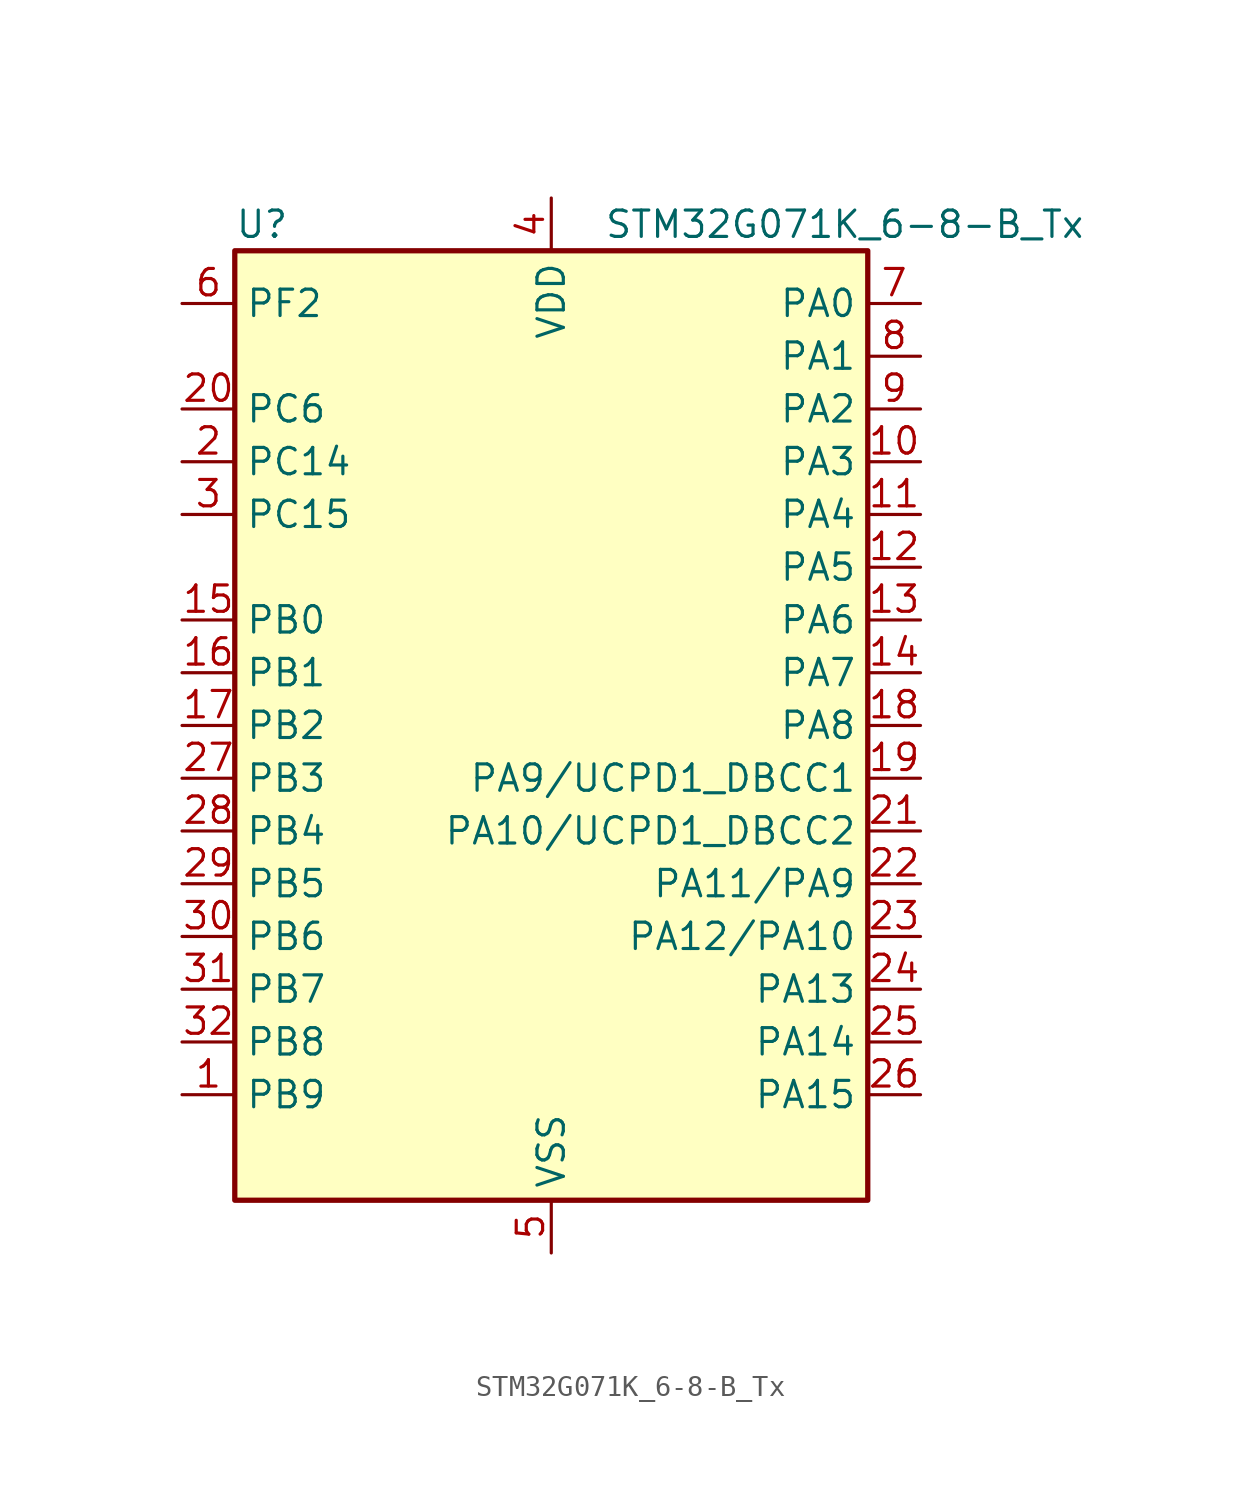
<source format=kicad_sym>
(kicad_symbol_lib
  (version 20211014)
  (generator kicad-library-utils)
  (symbol "STM32G071K_6-8-B_Tx"
    (property "Reference" "U"
      (at -15.24 24.13 0)
      (effects (font (size 1.27 1.27)) (justify left)))
    (property "Value" "STM32G071K_6-8-B_Tx"
      (at 2.54 24.13 0)
      (effects (font (size 1.27 1.27)) (justify left)))
    (property "ki_fp_filters" "LQFP*7x7mm*P0.8mm*"
      (at 0.0 0.0 0.0)
      (effects (font (size 1.27 1.27))))
    (symbol "STM32G071K_6-8-B_Tx_0_1"
      (rectangle (start -15.24 -22.86) (end 15.24 22.86) (stroke (width 0.254)) (fill (type background))))
    (symbol "STM32G071K_6-8-B_Tx_1_1"
      (pin bidirectional line (at -17.78 20.32 0) (length 2.54) (name "PF2" (effects (font (size 1.27 1.27)))) (number "6" (effects (font (size 1.27 1.27)))) (alternate "RCC_MCO" bidirectional line))
      (pin bidirectional line (at -17.78 15.24 0) (length 2.54) (name "PC6" (effects (font (size 1.27 1.27)))) (number "20" (effects (font (size 1.27 1.27)))) (alternate "TIM2_CH3" bidirectional line) (alternate "TIM3_CH1" bidirectional line) (alternate "UCPD1_FRSTX1" bidirectional line) (alternate "UCPD1_FRSTX2" bidirectional line))
      (pin bidirectional line (at -17.78 12.7 0) (length 2.54) (name "PC14" (effects (font (size 1.27 1.27)))) (number "2" (effects (font (size 1.27 1.27)))) (alternate "RCC_OSC32_IN" bidirectional line) (alternate "RCC_OSC_IN" bidirectional line) (alternate "TIM1_BK2" bidirectional line))
      (pin bidirectional line (at -17.78 10.16 0) (length 2.54) (name "PC15" (effects (font (size 1.27 1.27)))) (number "3" (effects (font (size 1.27 1.27)))) (alternate "RCC_OSC32_EN" bidirectional line) (alternate "RCC_OSC32_OUT" bidirectional line) (alternate "RCC_OSC_EN" bidirectional line) (alternate "TIM15_BK" bidirectional line))
      (pin bidirectional line (at -17.78 5.08 0) (length 2.54) (name "PB0" (effects (font (size 1.27 1.27)))) (number "15" (effects (font (size 1.27 1.27)))) (alternate "ADC1_IN8" bidirectional line) (alternate "COMP1_OUT" bidirectional line) (alternate "I2S1_WS" bidirectional line) (alternate "LPTIM1_OUT" bidirectional line) (alternate "SPI1_NSS" bidirectional line) (alternate "TIM1_CH2N" bidirectional line) (alternate "TIM3_CH3" bidirectional line) (alternate "UCPD1_FRSTX1" bidirectional line) (alternate "UCPD1_FRSTX2" bidirectional line) (alternate "USART3_RX" bidirectional line))
      (pin bidirectional line (at -17.78 2.54 0) (length 2.54) (name "PB1" (effects (font (size 1.27 1.27)))) (number "16" (effects (font (size 1.27 1.27)))) (alternate "ADC1_IN9" bidirectional line) (alternate "COMP1_INM" bidirectional line) (alternate "LPTIM2_IN1" bidirectional line) (alternate "LPUART1_DE" bidirectional line) (alternate "LPUART1_RTS" bidirectional line) (alternate "TIM14_CH1" bidirectional line) (alternate "TIM1_CH3N" bidirectional line) (alternate "TIM3_CH4" bidirectional line) (alternate "USART3_CK" bidirectional line) (alternate "USART3_DE" bidirectional line) (alternate "USART3_RTS" bidirectional line))
      (pin bidirectional line (at -17.78 0.0 0) (length 2.54) (name "PB2" (effects (font (size 1.27 1.27)))) (number "17" (effects (font (size 1.27 1.27)))) (alternate "ADC1_IN10" bidirectional line) (alternate "COMP1_INP" bidirectional line) (alternate "LPTIM1_OUT" bidirectional line) (alternate "SPI2_MISO" bidirectional line) (alternate "USART3_TX" bidirectional line))
      (pin bidirectional line (at -17.78 -2.54 0) (length 2.54) (name "PB3" (effects (font (size 1.27 1.27)))) (number "27" (effects (font (size 1.27 1.27)))) (alternate "COMP2_INM" bidirectional line) (alternate "I2S1_CK" bidirectional line) (alternate "SPI1_SCK" bidirectional line) (alternate "TIM1_CH2" bidirectional line) (alternate "TIM2_CH2" bidirectional line) (alternate "USART1_CK" bidirectional line) (alternate "USART1_DE" bidirectional line) (alternate "USART1_RTS" bidirectional line))
      (pin bidirectional line (at -17.78 -5.08 0) (length 2.54) (name "PB4" (effects (font (size 1.27 1.27)))) (number "28" (effects (font (size 1.27 1.27)))) (alternate "COMP2_INP" bidirectional line) (alternate "I2S1_MCK" bidirectional line) (alternate "SPI1_MISO" bidirectional line) (alternate "TIM17_BK" bidirectional line) (alternate "TIM3_CH1" bidirectional line) (alternate "USART1_CTS" bidirectional line) (alternate "USART1_NSS" bidirectional line))
      (pin bidirectional line (at -17.78 -7.62 0) (length 2.54) (name "PB5" (effects (font (size 1.27 1.27)))) (number "29" (effects (font (size 1.27 1.27)))) (alternate "COMP2_OUT" bidirectional line) (alternate "I2C1_SMBA" bidirectional line) (alternate "I2S1_SD" bidirectional line) (alternate "LPTIM1_IN1" bidirectional line) (alternate "SPI1_MOSI" bidirectional line) (alternate "SYS_WKUP6" bidirectional line) (alternate "TIM16_BK" bidirectional line) (alternate "TIM3_CH2" bidirectional line))
      (pin bidirectional line (at -17.78 -10.16 0) (length 2.54) (name "PB6" (effects (font (size 1.27 1.27)))) (number "30" (effects (font (size 1.27 1.27)))) (alternate "COMP2_INP" bidirectional line) (alternate "I2C1_SCL" bidirectional line) (alternate "LPTIM1_ETR" bidirectional line) (alternate "SPI2_MISO" bidirectional line) (alternate "TIM16_CH1N" bidirectional line) (alternate "TIM1_CH3" bidirectional line) (alternate "USART1_TX" bidirectional line))
      (pin bidirectional line (at -17.78 -12.7 0) (length 2.54) (name "PB7" (effects (font (size 1.27 1.27)))) (number "31" (effects (font (size 1.27 1.27)))) (alternate "COMP2_INM" bidirectional line) (alternate "I2C1_SDA" bidirectional line) (alternate "LPTIM1_IN2" bidirectional line) (alternate "SPI2_MOSI" bidirectional line) (alternate "SYS_PVD_IN" bidirectional line) (alternate "TIM17_CH1N" bidirectional line) (alternate "USART1_RX" bidirectional line) (alternate "USART4_CTS" bidirectional line) (alternate "USART4_NSS" bidirectional line))
      (pin bidirectional line (at -17.78 -15.24 0) (length 2.54) (name "PB8" (effects (font (size 1.27 1.27)))) (number "32" (effects (font (size 1.27 1.27)))) (alternate "CEC" bidirectional line) (alternate "I2C1_SCL" bidirectional line) (alternate "SPI2_SCK" bidirectional line) (alternate "TIM15_BK" bidirectional line) (alternate "TIM16_CH1" bidirectional line) (alternate "USART3_TX" bidirectional line))
      (pin bidirectional line (at -17.78 -17.78 0) (length 2.54) (name "PB9" (effects (font (size 1.27 1.27)))) (number "1" (effects (font (size 1.27 1.27)))) (alternate "DAC1_EXTI9" bidirectional line) (alternate "I2C1_SDA" bidirectional line) (alternate "IR_OUT" bidirectional line) (alternate "SPI2_NSS" bidirectional line) (alternate "TIM17_CH1" bidirectional line) (alternate "USART3_RX" bidirectional line))
      (pin bidirectional line (at 17.78 20.32 180) (length 2.54) (name "PA0" (effects (font (size 1.27 1.27)))) (number "7" (effects (font (size 1.27 1.27)))) (alternate "ADC1_IN0" bidirectional line) (alternate "COMP1_INM" bidirectional line) (alternate "COMP1_OUT" bidirectional line) (alternate "LPTIM1_OUT" bidirectional line) (alternate "RTC_TAMP_IN2" bidirectional line) (alternate "SPI2_SCK" bidirectional line) (alternate "SYS_WKUP1" bidirectional line) (alternate "TIM2_CH1" bidirectional line) (alternate "TIM2_ETR" bidirectional line) (alternate "USART2_CTS" bidirectional line) (alternate "USART2_NSS" bidirectional line) (alternate "USART4_TX" bidirectional line))
      (pin bidirectional line (at 17.78 17.78 180) (length 2.54) (name "PA1" (effects (font (size 1.27 1.27)))) (number "8" (effects (font (size 1.27 1.27)))) (alternate "ADC1_IN1" bidirectional line) (alternate "COMP1_INP" bidirectional line) (alternate "I2C1_SMBA" bidirectional line) (alternate "I2S1_CK" bidirectional line) (alternate "SPI1_SCK" bidirectional line) (alternate "TIM15_CH1N" bidirectional line) (alternate "TIM2_CH2" bidirectional line) (alternate "USART2_CK" bidirectional line) (alternate "USART2_DE" bidirectional line) (alternate "USART2_RTS" bidirectional line) (alternate "USART4_RX" bidirectional line))
      (pin bidirectional line (at 17.78 15.24 180) (length 2.54) (name "PA2" (effects (font (size 1.27 1.27)))) (number "9" (effects (font (size 1.27 1.27)))) (alternate "ADC1_IN2" bidirectional line) (alternate "COMP2_INM" bidirectional line) (alternate "COMP2_OUT" bidirectional line) (alternate "I2S1_SD" bidirectional line) (alternate "LPUART1_TX" bidirectional line) (alternate "RCC_LSCO" bidirectional line) (alternate "SPI1_MOSI" bidirectional line) (alternate "SYS_WKUP4" bidirectional line) (alternate "TIM15_CH1" bidirectional line) (alternate "TIM2_CH3" bidirectional line) (alternate "UCPD1_FRSTX1" bidirectional line) (alternate "UCPD1_FRSTX2" bidirectional line) (alternate "USART2_TX" bidirectional line))
      (pin bidirectional line (at 17.78 12.7 180) (length 2.54) (name "PA3" (effects (font (size 1.27 1.27)))) (number "10" (effects (font (size 1.27 1.27)))) (alternate "ADC1_IN3" bidirectional line) (alternate "COMP2_INP" bidirectional line) (alternate "LPUART1_RX" bidirectional line) (alternate "SPI2_MISO" bidirectional line) (alternate "TIM15_CH2" bidirectional line) (alternate "TIM2_CH4" bidirectional line) (alternate "USART2_RX" bidirectional line))
      (pin bidirectional line (at 17.78 10.16 180) (length 2.54) (name "PA4" (effects (font (size 1.27 1.27)))) (number "11" (effects (font (size 1.27 1.27)))) (alternate "ADC1_IN4" bidirectional line) (alternate "DAC1_OUT1" bidirectional line) (alternate "I2S1_WS" bidirectional line) (alternate "LPTIM2_OUT" bidirectional line) (alternate "RTC_OUT_ALARM" bidirectional line) (alternate "RTC_OUT_CALIB" bidirectional line) (alternate "RTC_TAMP_IN1" bidirectional line) (alternate "RTC_TS" bidirectional line) (alternate "SPI1_NSS" bidirectional line) (alternate "SPI2_MOSI" bidirectional line) (alternate "SYS_WKUP2" bidirectional line) (alternate "TIM14_CH1" bidirectional line))
      (pin bidirectional line (at 17.78 7.62 180) (length 2.54) (name "PA5" (effects (font (size 1.27 1.27)))) (number "12" (effects (font (size 1.27 1.27)))) (alternate "ADC1_IN5" bidirectional line) (alternate "CEC" bidirectional line) (alternate "DAC1_OUT2" bidirectional line) (alternate "I2S1_CK" bidirectional line) (alternate "LPTIM2_ETR" bidirectional line) (alternate "SPI1_SCK" bidirectional line) (alternate "TIM2_CH1" bidirectional line) (alternate "TIM2_ETR" bidirectional line) (alternate "UCPD1_FRSTX1" bidirectional line) (alternate "UCPD1_FRSTX2" bidirectional line) (alternate "USART3_TX" bidirectional line))
      (pin bidirectional line (at 17.78 5.08 180) (length 2.54) (name "PA6" (effects (font (size 1.27 1.27)))) (number "13" (effects (font (size 1.27 1.27)))) (alternate "ADC1_IN6" bidirectional line) (alternate "COMP1_OUT" bidirectional line) (alternate "I2S1_MCK" bidirectional line) (alternate "LPUART1_CTS" bidirectional line) (alternate "SPI1_MISO" bidirectional line) (alternate "TIM16_CH1" bidirectional line) (alternate "TIM1_BK" bidirectional line) (alternate "TIM3_CH1" bidirectional line) (alternate "USART3_CTS" bidirectional line) (alternate "USART3_NSS" bidirectional line))
      (pin bidirectional line (at 17.78 2.54 180) (length 2.54) (name "PA7" (effects (font (size 1.27 1.27)))) (number "14" (effects (font (size 1.27 1.27)))) (alternate "ADC1_IN7" bidirectional line) (alternate "COMP2_OUT" bidirectional line) (alternate "I2S1_SD" bidirectional line) (alternate "SPI1_MOSI" bidirectional line) (alternate "TIM14_CH1" bidirectional line) (alternate "TIM17_CH1" bidirectional line) (alternate "TIM1_CH1N" bidirectional line) (alternate "TIM3_CH2" bidirectional line) (alternate "UCPD1_FRSTX1" bidirectional line) (alternate "UCPD1_FRSTX2" bidirectional line))
      (pin bidirectional line (at 17.78 0.0 180) (length 2.54) (name "PA8" (effects (font (size 1.27 1.27)))) (number "18" (effects (font (size 1.27 1.27)))) (alternate "LPTIM2_OUT" bidirectional line) (alternate "RCC_MCO" bidirectional line) (alternate "SPI2_NSS" bidirectional line) (alternate "TIM1_CH1" bidirectional line) (alternate "UCPD1_CC1" bidirectional line))
      (pin bidirectional line (at 17.78 -2.54 180) (length 2.54) (name "PA9/UCPD1_DBCC1" (effects (font (size 1.27 1.27)))) (number "19" (effects (font (size 1.27 1.27)))) (alternate "DAC1_EXTI9" bidirectional line) (alternate "I2C1_SCL" bidirectional line) (alternate "RCC_MCO" bidirectional line) (alternate "SPI2_MISO" bidirectional line) (alternate "TIM15_BK" bidirectional line) (alternate "TIM1_CH2" bidirectional line) (alternate "UCPD1_DBCC1" bidirectional line) (alternate "USART1_TX" bidirectional line))
      (pin bidirectional line (at 17.78 -5.08 180) (length 2.54) (name "PA10/UCPD1_DBCC2" (effects (font (size 1.27 1.27)))) (number "21" (effects (font (size 1.27 1.27)))) (alternate "I2C1_SDA" bidirectional line) (alternate "SPI2_MOSI" bidirectional line) (alternate "TIM17_BK" bidirectional line) (alternate "TIM1_CH3" bidirectional line) (alternate "UCPD1_DBCC2" bidirectional line) (alternate "USART1_RX" bidirectional line))
      (pin bidirectional line (at 17.78 -7.62 180) (length 2.54) (name "PA11/PA9" (effects (font (size 1.27 1.27)))) (number "22" (effects (font (size 1.27 1.27)))) (alternate "ADC1_EXTI11" bidirectional line) (alternate "COMP1_OUT" bidirectional line) (alternate "I2C2_SCL" bidirectional line) (alternate "I2S1_MCK" bidirectional line) (alternate "SPI1_MISO" bidirectional line) (alternate "TIM1_BK2" bidirectional line) (alternate "TIM1_CH4" bidirectional line) (alternate "USART1_CTS" bidirectional line) (alternate "USART1_NSS" bidirectional line))
      (pin bidirectional line (at 17.78 -10.16 180) (length 2.54) (name "PA12/PA10" (effects (font (size 1.27 1.27)))) (number "23" (effects (font (size 1.27 1.27)))) (alternate "COMP2_OUT" bidirectional line) (alternate "I2C2_SDA" bidirectional line) (alternate "I2S1_SD" bidirectional line) (alternate "I2S_CKIN" bidirectional line) (alternate "SPI1_MOSI" bidirectional line) (alternate "TIM1_ETR" bidirectional line) (alternate "USART1_CK" bidirectional line) (alternate "USART1_DE" bidirectional line) (alternate "USART1_RTS" bidirectional line))
      (pin bidirectional line (at 17.78 -12.7 180) (length 2.54) (name "PA13" (effects (font (size 1.27 1.27)))) (number "24" (effects (font (size 1.27 1.27)))) (alternate "IR_OUT" bidirectional line) (alternate "SYS_SWDIO" bidirectional line))
      (pin bidirectional line (at 17.78 -15.24 180) (length 2.54) (name "PA14" (effects (font (size 1.27 1.27)))) (number "25" (effects (font (size 1.27 1.27)))) (alternate "SYS_SWCLK" bidirectional line) (alternate "USART2_TX" bidirectional line))
      (pin bidirectional line (at 17.78 -17.78 180) (length 2.54) (name "PA15" (effects (font (size 1.27 1.27)))) (number "26" (effects (font (size 1.27 1.27)))) (alternate "I2S1_WS" bidirectional line) (alternate "SPI1_NSS" bidirectional line) (alternate "TIM2_CH1" bidirectional line) (alternate "TIM2_ETR" bidirectional line) (alternate "USART2_RX" bidirectional line) (alternate "USART3_CK" bidirectional line) (alternate "USART3_DE" bidirectional line) (alternate "USART3_RTS" bidirectional line) (alternate "USART4_CK" bidirectional line) (alternate "USART4_DE" bidirectional line) (alternate "USART4_RTS" bidirectional line))
      (pin power_in line (at 0.0 25.4 270) (length 2.54) (name "VDD" (effects (font (size 1.27 1.27)))) (number "4" (effects (font (size 1.27 1.27)))))
      (pin power_in line (at 0.0 -25.4 90) (length 2.54) (name "VSS" (effects (font (size 1.27 1.27)))) (number "5" (effects (font (size 1.27 1.27))))))))
</source>
